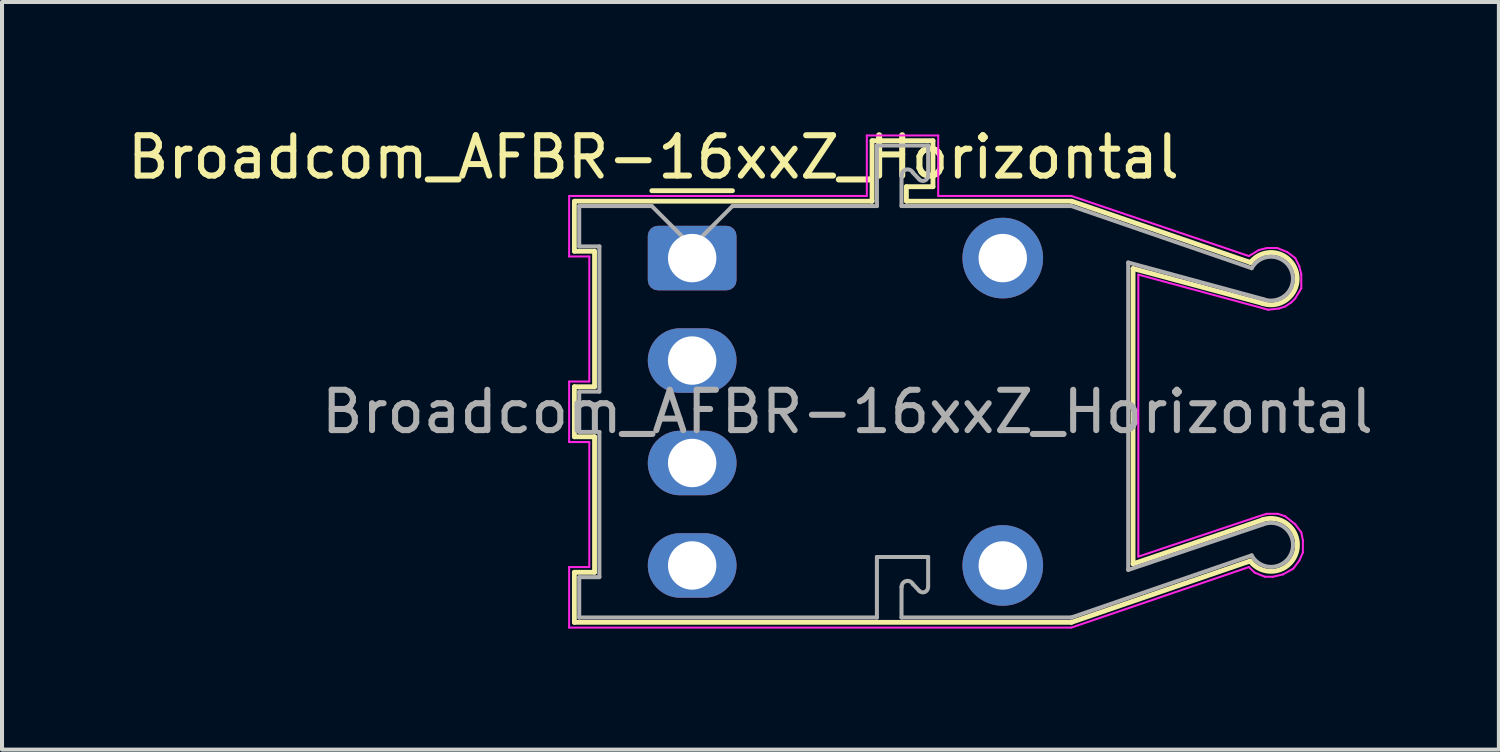
<source format=kicad_pcb>
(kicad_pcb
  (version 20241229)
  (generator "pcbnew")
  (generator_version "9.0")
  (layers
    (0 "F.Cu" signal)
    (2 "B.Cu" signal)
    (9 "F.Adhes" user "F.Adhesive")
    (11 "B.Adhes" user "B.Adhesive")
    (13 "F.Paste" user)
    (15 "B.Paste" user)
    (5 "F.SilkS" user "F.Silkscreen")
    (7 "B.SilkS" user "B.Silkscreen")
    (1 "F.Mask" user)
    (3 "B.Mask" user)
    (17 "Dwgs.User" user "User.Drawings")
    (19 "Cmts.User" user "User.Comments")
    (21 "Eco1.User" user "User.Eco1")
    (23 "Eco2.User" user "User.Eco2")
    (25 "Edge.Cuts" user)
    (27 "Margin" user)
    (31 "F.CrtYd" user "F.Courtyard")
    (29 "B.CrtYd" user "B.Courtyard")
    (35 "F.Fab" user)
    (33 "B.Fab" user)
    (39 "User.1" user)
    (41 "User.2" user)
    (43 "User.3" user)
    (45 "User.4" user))
  (footprint "Broadcom_AFBR-16xxZ_Horizontal"
    (layer "F.Cu")
    (at 14.109 3.348)
    (property "Reference" "Broadcom_AFBR-16xxZ_Horizontal" (at -0.96 -2.5 0) (layer "F.SilkS") (effects (font (size 1 1) (thickness 0.15))))
    (attr through_hole)
    (fp_line (start -2.92 -1.41) (end 4.46 -1.41) (stroke (width 0.12) (type solid)) (layer "F.SilkS"))
    (fp_line (start -2.92 -1.397) (end -2.92 -0.17) (stroke (width 0.12) (type solid)) (layer "F.SilkS"))
    (fp_line (start -2.92 -0.17) (end -2.42 -0.17) (stroke (width 0.12) (type solid)) (layer "F.SilkS"))
    (fp_line (start -2.92 3.19) (end -2.92 4.43) (stroke (width 0.12) (type solid)) (layer "F.SilkS"))
    (fp_line (start -2.92 4.43) (end -2.42 4.43) (stroke (width 0.12) (type solid)) (layer "F.SilkS"))
    (fp_line (start -2.92 7.79) (end -2.92 9.03) (stroke (width 0.12) (type solid)) (layer "F.SilkS"))
    (fp_line (start -2.92 9.03) (end 9.4 9.03) (stroke (width 0.12) (type solid)) (layer "F.SilkS"))
    (fp_line (start -2.42 -0.17) (end -2.42 3.19) (stroke (width 0.12) (type solid)) (layer "F.SilkS"))
    (fp_line (start -2.42 3.19) (end -2.92 3.19) (stroke (width 0.12) (type solid)) (layer "F.SilkS"))
    (fp_line (start -2.42 4.43) (end -2.42 7.79) (stroke (width 0.12) (type solid)) (layer "F.SilkS"))
    (fp_line (start -2.42 7.79) (end -2.92 7.79) (stroke (width 0.12) (type solid)) (layer "F.SilkS"))
    (fp_line (start -1 -1.67) (end 1 -1.67) (stroke (width 0.12) (type solid)) (layer "F.SilkS"))
    (fp_line (start 4.46 -2.91) (end 4.46 -1.41) (stroke (width 0.12) (type solid)) (layer "F.SilkS"))
    (fp_line (start 5.31 -1.77) (end 5.97 -1.77) (stroke (width 0.12) (type solid)) (layer "F.SilkS"))
    (fp_line (start 5.31 -1.41) (end 5.31 -1.77) (stroke (width 0.12) (type solid)) (layer "F.SilkS"))
    (fp_line (start 5.97 -2.91) (end 4.46 -2.91) (stroke (width 0.12) (type solid)) (layer "F.SilkS"))
    (fp_line (start 5.97 -1.77) (end 5.97 -2.91) (stroke (width 0.12) (type solid)) (layer "F.SilkS"))
    (fp_line (start 9.4 -1.41) (end 5.33 -1.41) (stroke (width 0.12) (type solid)) (layer "F.SilkS"))
    (fp_line (start 9.4 9.03) (end 13.83 7.51) (stroke (width 0.12) (type solid)) (layer "F.SilkS"))
    (fp_line (start 10.93 0.26) (end 14.13 1.12) (stroke (width 0.12) (type solid)) (layer "F.SilkS"))
    (fp_line (start 10.93 7.58) (end 10.93 0.26) (stroke (width 0.12) (type solid)) (layer "F.SilkS"))
    (fp_line (start 13.84 0.11) (end 9.41 -1.41) (stroke (width 0.12) (type solid)) (layer "F.SilkS"))
    (fp_line (start 14.14 6.49) (end 10.93 7.58) (stroke (width 0.12) (type solid)) (layer "F.SilkS"))
    (fp_arc (start 13.839757 0.10981) (mid 14.973245 0.330932) (end 14.13 1.12) (stroke (width 0.12) (type solid)) (layer "F.SilkS"))
    (fp_arc (start 14.131216 6.491507) (mid 14.979112 7.296058) (end 13.83 7.51) (stroke (width 0.12) (type solid)) (layer "F.SilkS"))
    (fp_line (start -3.05 -1.54) (end 4.33 -1.54) (stroke (width 0.05) (type solid)) (layer "F.CrtYd"))
    (fp_line (start -3.05 -0.04) (end -3.05 -1.54) (stroke (width 0.05) (type solid)) (layer "F.CrtYd"))
    (fp_line (start -3.05 3.06) (end -2.55 3.06) (stroke (width 0.05) (type solid)) (layer "F.CrtYd"))
    (fp_line (start -3.05 4.56) (end -3.05 3.06) (stroke (width 0.05) (type solid)) (layer "F.CrtYd"))
    (fp_line (start -3.05 7.66) (end -2.55 7.66) (stroke (width 0.05) (type solid)) (layer "F.CrtYd"))
    (fp_line (start -3.05 9.16) (end -3.05 7.66) (stroke (width 0.05) (type solid)) (layer "F.CrtYd"))
    (fp_line (start -2.55 -0.04) (end -3.05 -0.04) (stroke (width 0.05) (type solid)) (layer "F.CrtYd"))
    (fp_line (start -2.55 3.06) (end -2.55 -0.04) (stroke (width 0.05) (type solid)) (layer "F.CrtYd"))
    (fp_line (start -2.55 4.56) (end -3.05 4.56) (stroke (width 0.05) (type solid)) (layer "F.CrtYd"))
    (fp_line (start -2.55 7.66) (end -2.55 4.56) (stroke (width 0.05) (type solid)) (layer "F.CrtYd"))
    (fp_line (start 4.33 -3.04) (end 6.1 -3.04) (stroke (width 0.05) (type solid)) (layer "F.CrtYd"))
    (fp_line (start 4.33 -1.54) (end 4.33 -3.04) (stroke (width 0.05) (type solid)) (layer "F.CrtYd"))
    (fp_line (start 6.1 -3.04) (end 6.1 -1.54) (stroke (width 0.05) (type solid)) (layer "F.CrtYd"))
    (fp_line (start 6.1 -1.54) (end 9.4 -1.54) (stroke (width 0.05) (type solid)) (layer "F.CrtYd"))
    (fp_line (start 9.4 -1.54) (end 13.8 -0.05) (stroke (width 0.05) (type solid)) (layer "F.CrtYd"))
    (fp_line (start 9.4 9.16) (end -3.05 9.16) (stroke (width 0.05) (type solid)) (layer "F.CrtYd"))
    (fp_line (start 11.06 0.41) (end 11.06 7.4) (stroke (width 0.05) (type solid)) (layer "F.CrtYd"))
    (fp_line (start 11.06 7.4) (end 13.99 6.42) (stroke (width 0.05) (type solid)) (layer "F.CrtYd"))
    (fp_line (start 13.8 -0.05) (end 14.05 -0.2) (stroke (width 0.05) (type solid)) (layer "F.CrtYd"))
    (fp_line (start 13.8 7.66) (end 9.4 9.16) (stroke (width 0.05) (type solid)) (layer "F.CrtYd"))
    (fp_line (start 13.95 7.8) (end 13.8 7.66) (stroke (width 0.05) (type solid)) (layer "F.CrtYd"))
    (fp_line (start 13.99 6.42) (end 14.24 6.34) (stroke (width 0.05) (type solid)) (layer "F.CrtYd"))
    (fp_line (start 14.05 -0.2) (end 14.25 -0.25) (stroke (width 0.05) (type solid)) (layer "F.CrtYd"))
    (fp_line (start 14.2 7.9) (end 13.95 7.8) (stroke (width 0.05) (type solid)) (layer "F.CrtYd"))
    (fp_line (start 14.24 6.34) (end 14.52 6.34) (stroke (width 0.05) (type solid)) (layer "F.CrtYd"))
    (fp_line (start 14.25 -0.25) (end 14.5 -0.25) (stroke (width 0.05) (type solid)) (layer "F.CrtYd"))
    (fp_line (start 14.28 1.28) (end 11.06 0.41) (stroke (width 0.05) (type solid)) (layer "F.CrtYd"))
    (fp_line (start 14.4 7.9) (end 14.2 7.9) (stroke (width 0.05) (type solid)) (layer "F.CrtYd"))
    (fp_line (start 14.5 -0.25) (end 14.75 -0.15) (stroke (width 0.05) (type solid)) (layer "F.CrtYd"))
    (fp_line (start 14.52 6.34) (end 14.7 6.4) (stroke (width 0.05) (type solid)) (layer "F.CrtYd"))
    (fp_line (start 14.55 1.25) (end 14.28 1.28) (stroke (width 0.05) (type solid)) (layer "F.CrtYd"))
    (fp_line (start 14.65 7.84) (end 14.4 7.9) (stroke (width 0.05) (type solid)) (layer "F.CrtYd"))
    (fp_line (start 14.7 1.2) (end 14.55 1.25) (stroke (width 0.05) (type solid)) (layer "F.CrtYd"))
    (fp_line (start 14.7 6.4) (end 14.95 6.6) (stroke (width 0.05) (type solid)) (layer "F.CrtYd"))
    (fp_line (start 14.75 -0.15) (end 14.95 0) (stroke (width 0.05) (type solid)) (layer "F.CrtYd"))
    (fp_line (start 14.85 1.1) (end 14.7 1.2) (stroke (width 0.05) (type solid)) (layer "F.CrtYd"))
    (fp_line (start 14.9 7.7) (end 14.65 7.84) (stroke (width 0.05) (type solid)) (layer "F.CrtYd"))
    (fp_line (start 14.95 0) (end 15.05 0.2) (stroke (width 0.05) (type solid)) (layer "F.CrtYd"))
    (fp_line (start 14.95 1) (end 14.85 1.1) (stroke (width 0.05) (type solid)) (layer "F.CrtYd"))
    (fp_line (start 14.95 6.6) (end 15.1 6.8) (stroke (width 0.05) (type solid)) (layer "F.CrtYd"))
    (fp_line (start 15.05 0.2) (end 15.1 0.4) (stroke (width 0.05) (type solid)) (layer "F.CrtYd"))
    (fp_line (start 15.05 7.5) (end 14.9 7.7) (stroke (width 0.05) (type solid)) (layer "F.CrtYd"))
    (fp_line (start 15.1 0.4) (end 15.1 0.75) (stroke (width 0.05) (type solid)) (layer "F.CrtYd"))
    (fp_line (start 15.1 0.75) (end 14.95 1) (stroke (width 0.05) (type solid)) (layer "F.CrtYd"))
    (fp_line (start 15.1 6.8) (end 15.14 7) (stroke (width 0.05) (type solid)) (layer "F.CrtYd"))
    (fp_line (start 15.14 7) (end 15.14 7.3) (stroke (width 0.05) (type solid)) (layer "F.CrtYd"))
    (fp_line (start 15.14 7.3) (end 15.05 7.5) (stroke (width 0.05) (type solid)) (layer "F.CrtYd"))
    (fp_line (start -2.8 -1.29) (end -2.8 -0.29) (stroke (width 0.1) (type solid)) (layer "F.Fab"))
    (fp_line (start -2.8 -1.29) (end -1 -1.29) (stroke (width 0.1) (type solid)) (layer "F.Fab"))
    (fp_line (start -2.8 -0.29) (end -2.3 -0.29) (stroke (width 0.1) (type solid)) (layer "F.Fab"))
    (fp_line (start -2.8 3.31) (end -2.8 4.31) (stroke (width 0.1) (type solid)) (layer "F.Fab"))
    (fp_line (start -2.8 7.91) (end -2.3 7.91) (stroke (width 0.1) (type solid)) (layer "F.Fab"))
    (fp_line (start -2.8 8.91) (end -2.8 7.91) (stroke (width 0.1) (type solid)) (layer "F.Fab"))
    (fp_line (start -2.3 3.31) (end -2.8 3.31) (stroke (width 0.1) (type solid)) (layer "F.Fab"))
    (fp_line (start -2.3 3.31) (end -2.3 -0.29) (stroke (width 0.1) (type solid)) (layer "F.Fab"))
    (fp_line (start -2.3 4.31) (end -2.8 4.31) (stroke (width 0.1) (type solid)) (layer "F.Fab"))
    (fp_line (start -2.3 7.9) (end -2.3 4.31) (stroke (width 0.1) (type solid)) (layer "F.Fab"))
    (fp_line (start -1 -1.29) (end 0 -0.29) (stroke (width 0.1) (type solid)) (layer "F.Fab"))
    (fp_line (start 0 -0.29) (end 1 -1.29) (stroke (width 0.1) (type solid)) (layer "F.Fab"))
    (fp_line (start 1 -1.29) (end 4.58 -1.29) (stroke (width 0.1) (type solid)) (layer "F.Fab"))
    (fp_line (start 4.58 -2.79) (end 5.85 -2.79) (stroke (width 0.1) (type solid)) (layer "F.Fab"))
    (fp_line (start 4.58 -1.29) (end 4.58 -2.79) (stroke (width 0.1) (type solid)) (layer "F.Fab"))
    (fp_line (start 4.58 7.41) (end 5.85 7.41) (stroke (width 0.1) (type solid)) (layer "F.Fab"))
    (fp_line (start 4.58 8.91) (end -2.8 8.91) (stroke (width 0.1) (type solid)) (layer "F.Fab"))
    (fp_line (start 4.58 8.91) (end 4.58 7.41) (stroke (width 0.1) (type solid)) (layer "F.Fab"))
    (fp_line (start 5.19 -2.05) (end 5.19 -1.29) (stroke (width 0.1) (type solid)) (layer "F.Fab"))
    (fp_line (start 5.19 -1.29) (end 9.4 -1.29) (stroke (width 0.1) (type solid)) (layer "F.Fab"))
    (fp_line (start 5.19 8.15) (end 5.19 8.91) (stroke (width 0.1) (type solid)) (layer "F.Fab"))
    (fp_line (start 5.63 -1.95) (end 5.47 -2.12) (stroke (width 0.1) (type solid)) (layer "F.Fab"))
    (fp_line (start 5.63 8.25) (end 5.47 8.08) (stroke (width 0.1) (type solid)) (layer "F.Fab"))
    (fp_line (start 5.85 -2.79) (end 5.85 -2.04) (stroke (width 0.1) (type solid)) (layer "F.Fab"))
    (fp_line (start 5.85 7.41) (end 5.85 8.16) (stroke (width 0.1) (type solid)) (layer "F.Fab"))
    (fp_line (start 9.4 -1.29) (end 13.87 0.25) (stroke (width 0.1) (type solid)) (layer "F.Fab"))
    (fp_line (start 9.4 8.91) (end 5.19 8.91) (stroke (width 0.1) (type solid)) (layer "F.Fab"))
    (fp_line (start 9.4 8.91) (end 13.87 7.37) (stroke (width 0.1) (type solid)) (layer "F.Fab"))
    (fp_line (start 10.81 0.11) (end 10.81 7.73) (stroke (width 0.1) (type solid)) (layer "F.Fab"))
    (fp_line (start 10.81 0.11) (end 14.16 1.02) (stroke (width 0.1) (type solid)) (layer "F.Fab"))
    (fp_line (start 14.16 6.6) (end 10.81 7.73) (stroke (width 0.1) (type solid)) (layer "F.Fab"))
    (fp_arc (start 5.192417 -2.045618) (mid 5.301784 -2.192617) (end 5.47 -2.12) (stroke (width 0.1) (type solid)) (layer "F.Fab"))
    (fp_arc (start 5.192417 8.154382) (mid 5.301784 8.007383) (end 5.47 8.08) (stroke (width 0.1) (type solid)) (layer "F.Fab"))
    (fp_arc (start 5.847279 -2.04) (mid 5.768708 -1.92241) (end 5.63 -1.95) (stroke (width 0.1) (type solid)) (layer "F.Fab"))
    (fp_arc (start 5.847279 8.16) (mid 5.768708 8.27759) (end 5.63 8.25) (stroke (width 0.1) (type solid)) (layer "F.Fab"))
    (fp_arc (start 13.87094 0.25146) (mid 14.859247 0.317622) (end 14.161539 1.020709) (stroke (width 0.1) (type solid)) (layer "F.Fab"))
    (fp_arc (start 14.162014 6.597495) (mid 14.860629 7.303023) (end 13.87 7.37) (stroke (width 0.1) (type solid)) (layer "F.Fab"))
    (fp_text user "${REFERENCE}" (at 3.85 3.81 0) (layer "F.Fab") (effects (font (size 1 1) (thickness 0.15))))
    (pad "1" thru_hole roundrect (at 0 0) (size 2.2 1.6) (drill 1.2) (layers "*.Cu" "*.Mask") (roundrect_rratio 0.156))
    (pad "2" thru_hole oval (at 0 2.54) (size 2.2 1.6) (drill 1.2) (layers "*.Cu" "*.Mask"))
    (pad "3" thru_hole oval (at 0 5.08) (size 2.2 1.6) (drill 1.2) (layers "*.Cu" "*.Mask"))
    (pad "4" thru_hole oval (at 0 7.62) (size 2.2 1.6) (drill 1.2) (layers "*.Cu" "*.Mask"))
    (pad "5" thru_hole circle (at 7.7 7.62) (size 2 2) (drill 1.2) (layers "*.Cu" "*.Mask"))
    (pad "8" thru_hole circle (at 7.7 0) (size 2 2) (drill 1.2) (layers "*.Cu" "*.Mask")))
  (gr_rect
    (start -3 -3)
    (end 34.108 15.533)
    (stroke (width 0.1) (type default))
    (fill no)
    (layer "Edge.Cuts")))
</source>
